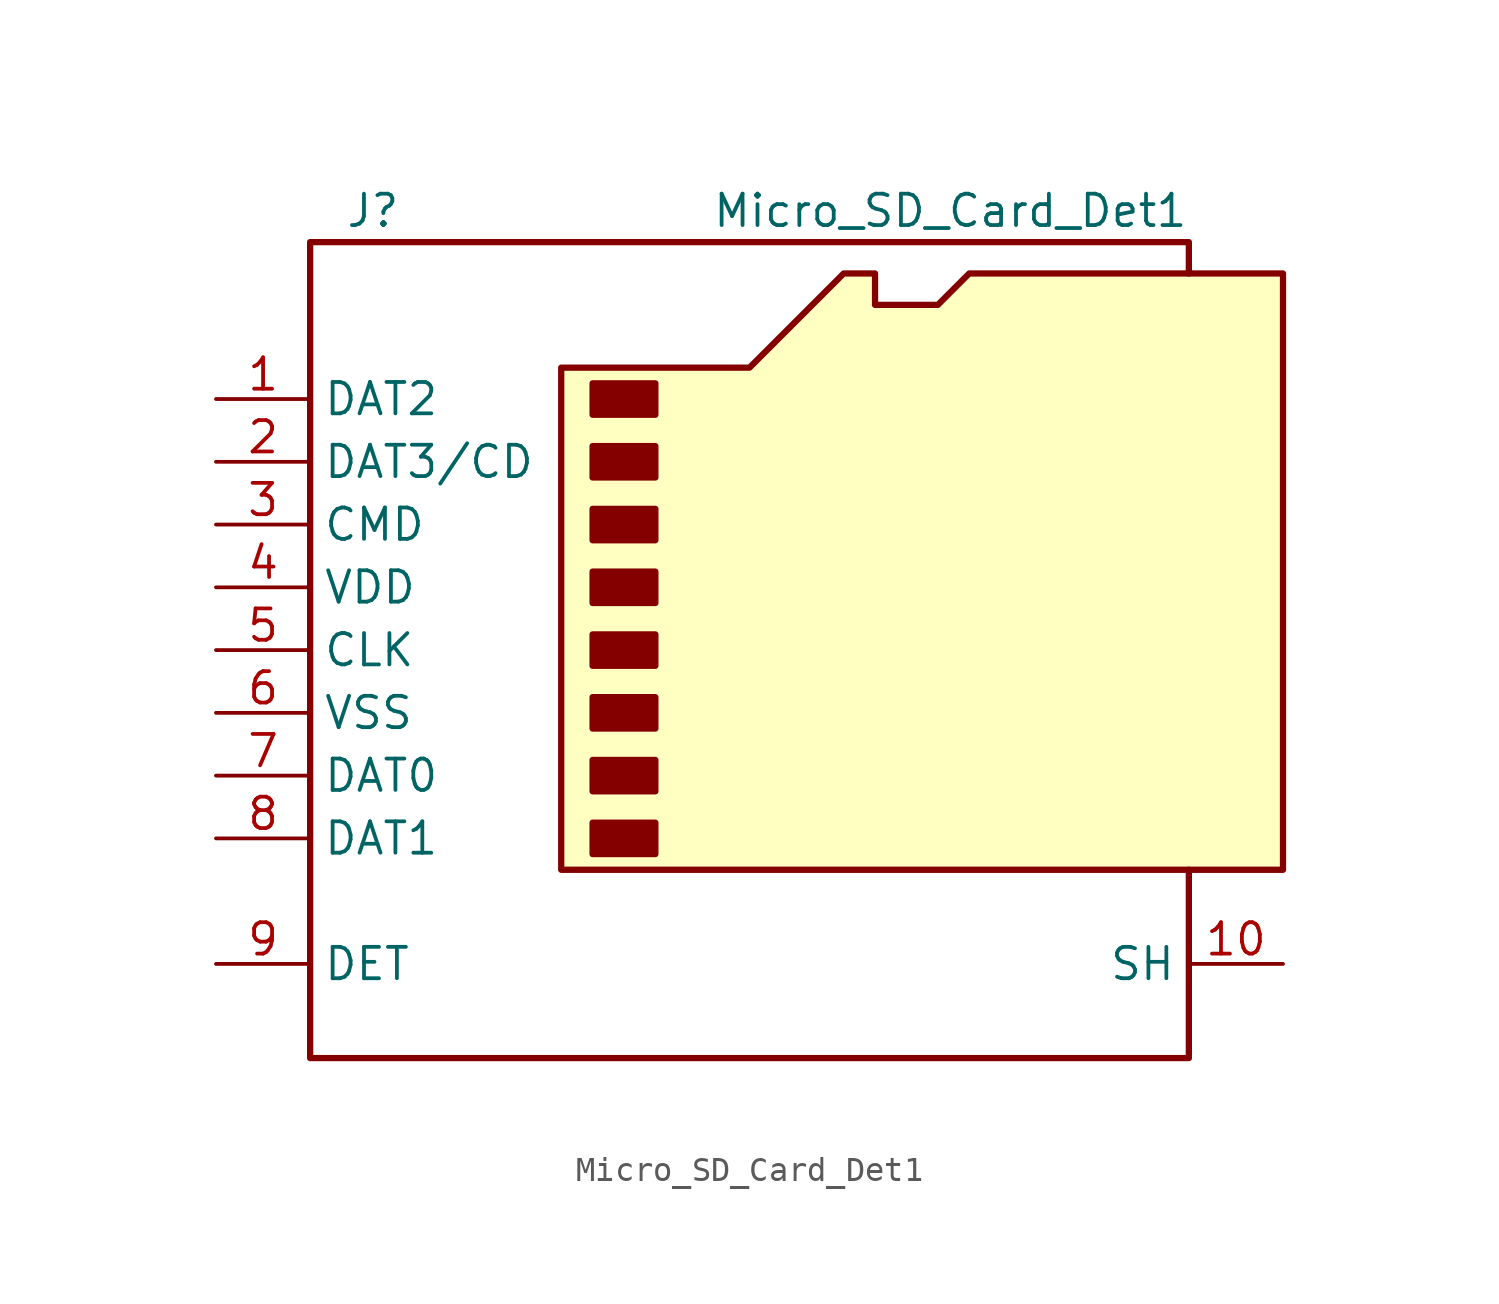
<source format=kicad_sym>
(kicad_symbol_lib
  (version 20220914)
  (generator kicad_symbol_editor)
  (symbol "Micro_SD_Card_Det1"
    (property "Reference" "J"
      (at -16.51 17.78 0)
      (effects (font (size 1.27 1.27))))
    (property "Value" "Micro_SD_Card_Det1"
      (at 16.51 17.78 0)
      (effects (font (size 1.27 1.27)) (justify right)))
    (symbol "Micro_SD_Card_Det1_0_1"
      (rectangle (start -7.62 -6.985) (end -5.08 -8.255) (stroke (width 0.254) (type default)) (fill (type outline)))
      (rectangle (start -7.62 -4.445) (end -5.08 -5.715) (stroke (width 0.254) (type default)) (fill (type outline)))
      (rectangle (start -7.62 -1.905) (end -5.08 -3.175) (stroke (width 0.254) (type default)) (fill (type outline)))
      (rectangle (start -7.62 0.635) (end -5.08 -0.635) (stroke (width 0.254) (type default)) (fill (type outline)))
      (rectangle (start -7.62 3.175) (end -5.08 1.905) (stroke (width 0.254) (type default)) (fill (type outline)))
      (rectangle (start -7.62 5.715) (end -5.08 4.445) (stroke (width 0.254) (type default)) (fill (type outline)))
      (rectangle (start -7.62 8.255) (end -5.08 6.985) (stroke (width 0.254) (type default)) (fill (type outline)))
      (rectangle (start -7.62 10.795) (end -5.08 9.525) (stroke (width 0.254) (type default)) (fill (type outline)))
      (polyline (pts (xy 16.51 15.24) (xy 16.51 16.51) (xy -19.05 16.51) (xy -19.05 -16.51) (xy 16.51 -16.51) (xy 16.51 -8.89)) (stroke (width 0.254) (type default)) (fill (type none)))
      (polyline (pts (xy -8.89 -8.89) (xy -8.89 11.43) (xy -1.27 11.43) (xy 2.54 15.24) (xy 3.81 15.24) (xy 3.81 13.97) (xy 6.35 13.97) (xy 7.62 15.24) (xy 20.32 15.24) (xy 20.32 -8.89) (xy -8.89 -8.89)) (stroke (width 0.254) (type default)) (fill (type background))))
    (symbol "Micro_SD_Card_Det1_1_1"
      (pin bidirectional line (at -22.86 10.16 0) (length 3.81) (name "DAT2" (effects (font (size 1.27 1.27)))) (number "1" (effects (font (size 1.27 1.27)))))
      (pin passive line (at 20.32 -12.7 180) (length 3.81) (name "SH" (effects (font (size 1.27 1.27)))) (number "10" (effects (font (size 1.27 1.27)))))
      (pin bidirectional line (at -22.86 7.62 0) (length 3.81) (name "DAT3/CD" (effects (font (size 1.27 1.27)))) (number "2" (effects (font (size 1.27 1.27)))))
      (pin input line (at -22.86 5.08 0) (length 3.81) (name "CMD" (effects (font (size 1.27 1.27)))) (number "3" (effects (font (size 1.27 1.27)))))
      (pin power_in line (at -22.86 2.54 0) (length 3.81) (name "VDD" (effects (font (size 1.27 1.27)))) (number "4" (effects (font (size 1.27 1.27)))))
      (pin input line (at -22.86 0 0) (length 3.81) (name "CLK" (effects (font (size 1.27 1.27)))) (number "5" (effects (font (size 1.27 1.27)))))
      (pin power_in line (at -22.86 -2.54 0) (length 3.81) (name "VSS" (effects (font (size 1.27 1.27)))) (number "6" (effects (font (size 1.27 1.27)))))
      (pin bidirectional line (at -22.86 -5.08 0) (length 3.81) (name "DAT0" (effects (font (size 1.27 1.27)))) (number "7" (effects (font (size 1.27 1.27)))))
      (pin bidirectional line (at -22.86 -7.62 0) (length 3.81) (name "DAT1" (effects (font (size 1.27 1.27)))) (number "8" (effects (font (size 1.27 1.27)))))
      (pin passive line (at -22.86 -12.7 0) (length 3.81) (name "DET" (effects (font (size 1.27 1.27)))) (number "9" (effects (font (size 1.27 1.27))))))))
</source>
